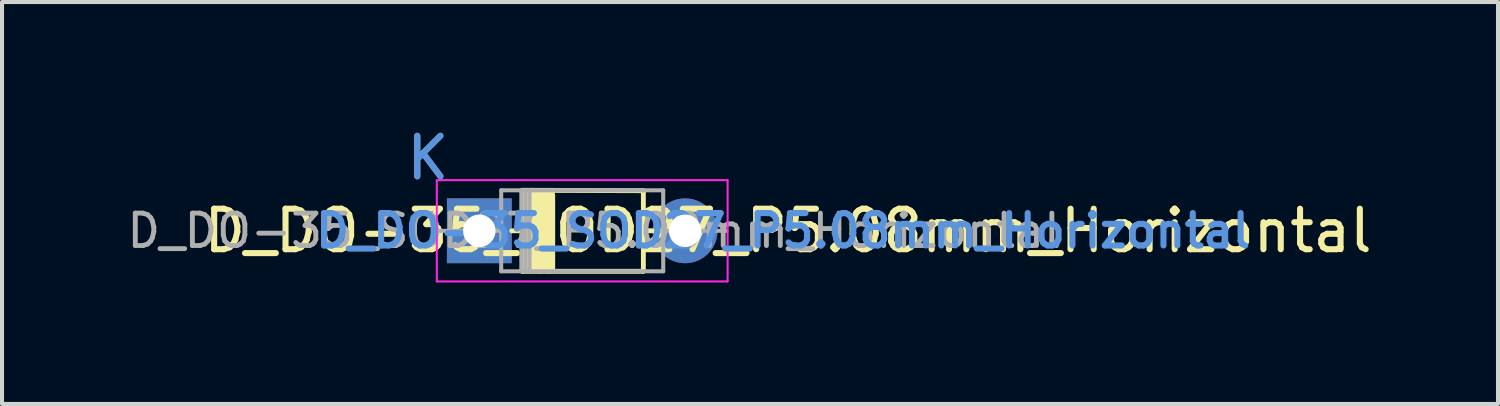
<source format=kicad_pcb>
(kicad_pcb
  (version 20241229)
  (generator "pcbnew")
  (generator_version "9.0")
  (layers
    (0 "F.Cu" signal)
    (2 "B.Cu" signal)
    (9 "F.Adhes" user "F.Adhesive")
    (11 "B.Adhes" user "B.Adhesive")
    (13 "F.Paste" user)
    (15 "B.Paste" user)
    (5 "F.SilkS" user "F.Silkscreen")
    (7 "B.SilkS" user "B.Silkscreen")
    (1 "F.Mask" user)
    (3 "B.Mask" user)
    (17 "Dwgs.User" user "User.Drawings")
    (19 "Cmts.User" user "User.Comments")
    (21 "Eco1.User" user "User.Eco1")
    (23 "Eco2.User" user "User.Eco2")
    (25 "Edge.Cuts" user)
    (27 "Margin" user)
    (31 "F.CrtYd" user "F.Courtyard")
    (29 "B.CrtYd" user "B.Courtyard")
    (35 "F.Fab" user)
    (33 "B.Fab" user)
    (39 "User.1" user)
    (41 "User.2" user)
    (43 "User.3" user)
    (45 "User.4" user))
  (footprint "D_DO-35_SOD27_P5.08mm_Horizontal"
    (layer "F.Cu")
    (at 7.514 2.648)
    (property "Reference" "D_DO-35_SOD27_P5.08mm_Horizontal" (at 8.77 0 0) (layer "Cmts.User") (effects (font (size 0.8 0.8) (thickness 0.15))))
    (attr through_hole)
    (fp_line (start 2.33 -1) (end 5.32 -0.99) (stroke (width 0.12) (type solid)) (layer "F.SilkS"))
    (fp_line (start 2.33 1) (end 2.33 -1) (stroke (width 0.12) (type solid)) (layer "F.SilkS"))
    (fp_line (start 2.337 0) (end 2.07 0) (stroke (width 0.12) (type solid)) (layer "F.SilkS"))
    (fp_line (start 2.34 1) (end 5.31 1) (stroke (width 0.12) (type solid)) (layer "F.SilkS"))
    (fp_line (start 2.522 0.879) (end 2.522 -0.902) (stroke (width 0.3) (type solid)) (layer "F.SilkS"))
    (fp_line (start 2.776 0.904) (end 2.776 -0.876) (stroke (width 0.3) (type solid)) (layer "F.SilkS"))
    (fp_line (start 2.992 0.904) (end 2.992 -0.876) (stroke (width 0.3) (type solid)) (layer "F.SilkS"))
    (fp_line (start 5.32 1) (end 5.32 -0.99) (stroke (width 0.12) (type solid)) (layer "F.SilkS"))
    (fp_line (start 5.334 0) (end 5.55 0) (stroke (width 0.12) (type solid)) (layer "F.SilkS"))
    (fp_line (start 0.22 -1.25) (end 0.22 1.25) (stroke (width 0.05) (type solid)) (layer "F.CrtYd"))
    (fp_line (start 0.22 1.25) (end 7.4 1.25) (stroke (width 0.05) (type solid)) (layer "F.CrtYd"))
    (fp_line (start 7.4 -1.25) (end 0.22 -1.25) (stroke (width 0.05) (type solid)) (layer "F.CrtYd"))
    (fp_line (start 7.4 1.25) (end 7.4 -1.25) (stroke (width 0.05) (type solid)) (layer "F.CrtYd"))
    (fp_line (start 0.25 0) (end 1.81 0) (stroke (width 0.1) (type solid)) (layer "F.Fab"))
    (fp_line (start 1.81 -1) (end 1.81 1) (stroke (width 0.1) (type solid)) (layer "F.Fab"))
    (fp_line (start 1.81 1) (end 5.81 1) (stroke (width 0.1) (type solid)) (layer "F.Fab"))
    (fp_line (start 2.31 -1) (end 2.31 1) (stroke (width 0.1) (type solid)) (layer "F.Fab"))
    (fp_line (start 2.41 -1) (end 2.41 1) (stroke (width 0.1) (type solid)) (layer "F.Fab"))
    (fp_line (start 2.51 -1) (end 2.51 1) (stroke (width 0.1) (type solid)) (layer "F.Fab"))
    (fp_line (start 5.81 -1) (end 1.81 -1) (stroke (width 0.1) (type solid)) (layer "F.Fab"))
    (fp_line (start 5.81 1) (end 5.81 -1) (stroke (width 0.1) (type solid)) (layer "F.Fab"))
    (fp_line (start 7.37 0) (end 5.81 0) (stroke (width 0.1) (type solid)) (layer "F.Fab"))
    (fp_text user "${REFERENCE}" (at 8.89 0 180) (layer "F.SilkS") (effects (font (size 1 1) (thickness 0.15))))
    (fp_text user "K" (at 0 -1.8 0) (layer "Cmts.User") (effects (font (size 1 1) (thickness 0.15))))
    (fp_text user "${REFERENCE}" (at 4.11 0 0) (layer "F.Fab") (effects (font (size 0.8 0.8) (thickness 0.12))))
    (fp_text user "K" (at 0 -1.8 0) (layer "F.Fab") (effects (font (size 1 1) (thickness 0.15))))
    (pad "1" thru_hole rect (at 1.27 0) (size 1.6 1.6) (drill 0.8) (layers "*.Cu" "*.Mask"))
    (pad "2" thru_hole oval (at 6.35 0) (size 1.6 1.6) (drill 0.8) (layers "*.Cu" "*.Mask")))
  (gr_rect
    (start -3 -3)
    (end 33.934 6.923)
    (stroke (width 0.1) (type default))
    (fill no)
    (layer "Edge.Cuts")))
</source>
